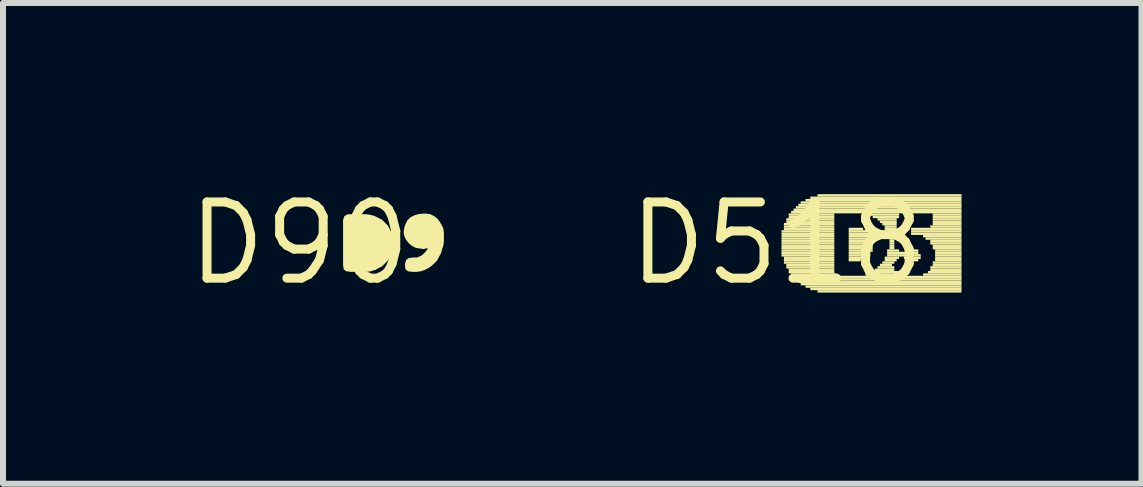
<source format=kicad_pcb>
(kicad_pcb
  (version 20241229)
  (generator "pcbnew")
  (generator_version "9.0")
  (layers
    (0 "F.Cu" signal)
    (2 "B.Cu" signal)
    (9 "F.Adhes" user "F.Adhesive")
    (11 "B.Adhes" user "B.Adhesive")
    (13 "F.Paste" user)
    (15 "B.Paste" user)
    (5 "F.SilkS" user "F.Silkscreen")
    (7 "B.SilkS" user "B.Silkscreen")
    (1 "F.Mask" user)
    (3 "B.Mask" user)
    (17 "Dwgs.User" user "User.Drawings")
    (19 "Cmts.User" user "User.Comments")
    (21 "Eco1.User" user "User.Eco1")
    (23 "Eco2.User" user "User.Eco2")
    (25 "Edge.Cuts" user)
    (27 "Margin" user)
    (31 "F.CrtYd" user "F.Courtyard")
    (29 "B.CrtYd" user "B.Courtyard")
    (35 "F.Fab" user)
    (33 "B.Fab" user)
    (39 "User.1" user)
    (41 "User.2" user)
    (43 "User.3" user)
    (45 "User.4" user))
  (footprint "D90"
    (layer "F.Cu")
    (at 1.943 1.006)
    (property "Reference" "D90" (at 0 0 0) (layer "F.SilkS") (effects (font (size 1.27 1.27) (thickness 0.15))))
    (fp_poly (pts (xy 1.181 -0.475) (xy 1.252 -0.455) (xy 1.373 -0.394) (xy 1.424 -0.344) (xy 1.474 -0.293) (xy 1.504 -0.232) (xy 1.535 -0.182) (xy 1.555 -0.111) (xy 1.565 -0.04) (xy 1.565 0.03) (xy 1.555 0.101) (xy 1.535 0.162) (xy 1.474 0.283) (xy 1.424 0.334) (xy 1.373 0.384) (xy 1.312 0.414) (xy 1.258 0.447) (xy 1.256 0.443) (xy 1.191 0.465) (xy 1.12 0.475) (xy 0.85 0.475) (xy 0.778 0.465) (xy 0.735 0.433) (xy 0.725 0.36) (xy 0.725 -0.391) (xy 0.746 -0.453) (xy 0.799 -0.485) (xy 1.12 -0.485)) (stroke (width 0) (type default)) (fill yes) (layer "F.SilkS"))
    (fp_poly (pts (xy 2.182 -0.485) (xy 2.243 -0.454) (xy 2.294 -0.414) (xy 2.334 -0.363) (xy 2.364 -0.312) (xy 2.395 -0.252) (xy 2.405 -0.18) (xy 2.405 -0.03) (xy 2.395 0.041) (xy 2.375 0.101) (xy 2.355 0.172) (xy 2.324 0.222) (xy 2.294 0.283) (xy 2.244 0.334) (xy 2.203 0.374) (xy 2.143 0.414) (xy 2.082 0.445) (xy 2.021 0.465) (xy 1.95 0.475) (xy 1.88 0.475) (xy 1.808 0.465) (xy 1.765 0.433) (xy 1.755 0.35) (xy 1.776 0.277) (xy 1.818 0.245) (xy 1.9 0.235) (xy 1.959 0.235) (xy 2.027 0.206) (xy 2.076 0.166) (xy 2.125 0.108) (xy 2.133 0.077) (xy 2.07 0.095) (xy 1.999 0.085) (xy 1.938 0.075) (xy 1.877 0.044) (xy 1.826 0.004) (xy 1.776 -0.057) (xy 1.745 -0.118) (xy 1.735 -0.18) (xy 1.735 -0.19) (xy 1.745 -0.261) (xy 1.765 -0.322) (xy 1.796 -0.383) (xy 1.847 -0.434) (xy 1.908 -0.465) (xy 1.969 -0.485) (xy 2.04 -0.495) (xy 2.11 -0.495)) (stroke (width 0) (type default)) (fill yes) (layer "F.SilkS")))
  (footprint "D518"
    (layer "F.Cu")
    (at 9.895 1.006)
    (property "Reference" "D518" (at 0 0 0) (layer "F.SilkS") (effects (font (size 1.27 1.27) (thickness 0.15))))
    (fp_poly (pts (xy 0.08 -0.18) (xy 0.96 -0.18) (xy 0.96 -0.22) (xy 0.08 -0.22)) (stroke (width 0) (type default)) (fill yes) (layer "F.SilkS"))
    (fp_poly (pts (xy 0.08 -0.14) (xy 0.96 -0.14) (xy 0.96 -0.18) (xy 0.08 -0.18)) (stroke (width 0) (type default)) (fill yes) (layer "F.SilkS"))
    (fp_poly (pts (xy 0.08 -0.1) (xy 0.96 -0.1) (xy 0.96 -0.14) (xy 0.08 -0.14)) (stroke (width 0) (type default)) (fill yes) (layer "F.SilkS"))
    (fp_poly (pts (xy 0.08 -0.06) (xy 0.96 -0.06) (xy 0.96 -0.1) (xy 0.08 -0.1)) (stroke (width 0) (type default)) (fill yes) (layer "F.SilkS"))
    (fp_poly (pts (xy 0.08 -0.02) (xy 0.96 -0.02) (xy 0.96 -0.06) (xy 0.08 -0.06)) (stroke (width 0) (type default)) (fill yes) (layer "F.SilkS"))
    (fp_poly (pts (xy 0.08 0.02) (xy 0.96 0.02) (xy 0.96 -0.02) (xy 0.08 -0.02)) (stroke (width 0) (type default)) (fill yes) (layer "F.SilkS"))
    (fp_poly (pts (xy 0.08 0.06) (xy 0.96 0.06) (xy 0.96 0.02) (xy 0.08 0.02)) (stroke (width 0) (type default)) (fill yes) (layer "F.SilkS"))
    (fp_poly (pts (xy 0.08 0.1) (xy 0.96 0.1) (xy 0.96 0.06) (xy 0.08 0.06)) (stroke (width 0) (type default)) (fill yes) (layer "F.SilkS"))
    (fp_poly (pts (xy 0.08 0.14) (xy 0.96 0.14) (xy 0.96 0.1) (xy 0.08 0.1)) (stroke (width 0) (type default)) (fill yes) (layer "F.SilkS"))
    (fp_poly (pts (xy 0.08 0.18) (xy 0.96 0.18) (xy 0.96 0.14) (xy 0.08 0.14)) (stroke (width 0) (type default)) (fill yes) (layer "F.SilkS"))
    (fp_poly (pts (xy 0.08 0.22) (xy 0.96 0.22) (xy 0.96 0.18) (xy 0.08 0.18)) (stroke (width 0) (type default)) (fill yes) (layer "F.SilkS"))
    (fp_poly (pts (xy 0.12 -0.3) (xy 0.96 -0.3) (xy 0.96 -0.34) (xy 0.12 -0.34)) (stroke (width 0) (type default)) (fill yes) (layer "F.SilkS"))
    (fp_poly (pts (xy 0.12 -0.26) (xy 0.96 -0.26) (xy 0.96 -0.3) (xy 0.12 -0.3)) (stroke (width 0) (type default)) (fill yes) (layer "F.SilkS"))
    (fp_poly (pts (xy 0.12 -0.22) (xy 0.96 -0.22) (xy 0.96 -0.26) (xy 0.12 -0.26)) (stroke (width 0) (type default)) (fill yes) (layer "F.SilkS"))
    (fp_poly (pts (xy 0.12 0.26) (xy 0.96 0.26) (xy 0.96 0.22) (xy 0.12 0.22)) (stroke (width 0) (type default)) (fill yes) (layer "F.SilkS"))
    (fp_poly (pts (xy 0.12 0.3) (xy 0.96 0.3) (xy 0.96 0.26) (xy 0.12 0.26)) (stroke (width 0) (type default)) (fill yes) (layer "F.SilkS"))
    (fp_poly (pts (xy 0.12 0.34) (xy 0.96 0.34) (xy 0.96 0.3) (xy 0.12 0.3)) (stroke (width 0) (type default)) (fill yes) (layer "F.SilkS"))
    (fp_poly (pts (xy 0.16 -0.38) (xy 0.96 -0.38) (xy 0.96 -0.42) (xy 0.16 -0.42)) (stroke (width 0) (type default)) (fill yes) (layer "F.SilkS"))
    (fp_poly (pts (xy 0.16 -0.34) (xy 0.96 -0.34) (xy 0.96 -0.38) (xy 0.16 -0.38)) (stroke (width 0) (type default)) (fill yes) (layer "F.SilkS"))
    (fp_poly (pts (xy 0.16 0.38) (xy 0.96 0.38) (xy 0.96 0.34) (xy 0.16 0.34)) (stroke (width 0) (type default)) (fill yes) (layer "F.SilkS"))
    (fp_poly (pts (xy 0.16 0.42) (xy 0.96 0.42) (xy 0.96 0.38) (xy 0.16 0.38)) (stroke (width 0) (type default)) (fill yes) (layer "F.SilkS"))
    (fp_poly (pts (xy 0.2 -0.46) (xy 0.96 -0.46) (xy 0.96 -0.5) (xy 0.2 -0.5)) (stroke (width 0) (type default)) (fill yes) (layer "F.SilkS"))
    (fp_poly (pts (xy 0.2 -0.42) (xy 0.96 -0.42) (xy 0.96 -0.46) (xy 0.2 -0.46)) (stroke (width 0) (type default)) (fill yes) (layer "F.SilkS"))
    (fp_poly (pts (xy 0.2 0.46) (xy 0.96 0.46) (xy 0.96 0.42) (xy 0.2 0.42)) (stroke (width 0) (type default)) (fill yes) (layer "F.SilkS"))
    (fp_poly (pts (xy 0.2 0.5) (xy 0.96 0.5) (xy 0.96 0.46) (xy 0.2 0.46)) (stroke (width 0) (type default)) (fill yes) (layer "F.SilkS"))
    (fp_poly (pts (xy 0.24 -0.5) (xy 3.08 -0.5) (xy 3.08 -0.54) (xy 0.24 -0.54)) (stroke (width 0) (type default)) (fill yes) (layer "F.SilkS"))
    (fp_poly (pts (xy 0.24 0.54) (xy 1 0.54) (xy 1 0.5) (xy 0.24 0.5)) (stroke (width 0) (type default)) (fill yes) (layer "F.SilkS"))
    (fp_poly (pts (xy 0.28 -0.54) (xy 3.08 -0.54) (xy 3.08 -0.58) (xy 0.28 -0.58)) (stroke (width 0) (type default)) (fill yes) (layer "F.SilkS"))
    (fp_poly (pts (xy 0.28 0.58) (xy 3.08 0.58) (xy 3.08 0.54) (xy 0.28 0.54)) (stroke (width 0) (type default)) (fill yes) (layer "F.SilkS"))
    (fp_poly (pts (xy 0.32 -0.58) (xy 3.08 -0.58) (xy 3.08 -0.62) (xy 0.32 -0.62)) (stroke (width 0) (type default)) (fill yes) (layer "F.SilkS"))
    (fp_poly (pts (xy 0.32 0.62) (xy 3.08 0.62) (xy 3.08 0.58) (xy 0.32 0.58)) (stroke (width 0) (type default)) (fill yes) (layer "F.SilkS"))
    (fp_poly (pts (xy 0.36 -0.62) (xy 3.08 -0.62) (xy 3.08 -0.66) (xy 0.36 -0.66)) (stroke (width 0) (type default)) (fill yes) (layer "F.SilkS"))
    (fp_poly (pts (xy 0.36 0.66) (xy 3.08 0.66) (xy 3.08 0.62) (xy 0.36 0.62)) (stroke (width 0) (type default)) (fill yes) (layer "F.SilkS"))
    (fp_poly (pts (xy 0.4 -0.66) (xy 3.08 -0.66) (xy 3.08 -0.7) (xy 0.4 -0.7)) (stroke (width 0) (type default)) (fill yes) (layer "F.SilkS"))
    (fp_poly (pts (xy 0.4 0.7) (xy 3.08 0.7) (xy 3.08 0.66) (xy 0.4 0.66)) (stroke (width 0) (type default)) (fill yes) (layer "F.SilkS"))
    (fp_poly (pts (xy 0.48 -0.7) (xy 3.08 -0.7) (xy 3.08 -0.74) (xy 0.48 -0.74)) (stroke (width 0) (type default)) (fill yes) (layer "F.SilkS"))
    (fp_poly (pts (xy 0.48 0.74) (xy 3.08 0.74) (xy 3.08 0.7) (xy 0.48 0.7)) (stroke (width 0) (type default)) (fill yes) (layer "F.SilkS"))
    (fp_poly (pts (xy 0.56 -0.74) (xy 3.08 -0.74) (xy 3.08 -0.78) (xy 0.56 -0.78)) (stroke (width 0) (type default)) (fill yes) (layer "F.SilkS"))
    (fp_poly (pts (xy 0.56 0.78) (xy 3.08 0.78) (xy 3.08 0.74) (xy 0.56 0.74)) (stroke (width 0) (type default)) (fill yes) (layer "F.SilkS"))
    (fp_poly (pts (xy 0.68 -0.78) (xy 3.08 -0.78) (xy 3.08 -0.82) (xy 0.68 -0.82)) (stroke (width 0) (type default)) (fill yes) (layer "F.SilkS"))
    (fp_poly (pts (xy 0.68 0.82) (xy 3.08 0.82) (xy 3.08 0.78) (xy 0.68 0.78)) (stroke (width 0) (type default)) (fill yes) (layer "F.SilkS"))
    (fp_poly (pts (xy 1.2 -0.22) (xy 1.44 -0.22) (xy 1.44 -0.26) (xy 1.2 -0.26)) (stroke (width 0) (type default)) (fill yes) (layer "F.SilkS"))
    (fp_poly (pts (xy 1.2 -0.18) (xy 1.52 -0.18) (xy 1.52 -0.22) (xy 1.2 -0.22)) (stroke (width 0) (type default)) (fill yes) (layer "F.SilkS"))
    (fp_poly (pts (xy 1.2 -0.14) (xy 1.56 -0.14) (xy 1.56 -0.18) (xy 1.2 -0.18)) (stroke (width 0) (type default)) (fill yes) (layer "F.SilkS"))
    (fp_poly (pts (xy 1.2 -0.1) (xy 1.6 -0.1) (xy 1.6 -0.14) (xy 1.2 -0.14)) (stroke (width 0) (type default)) (fill yes) (layer "F.SilkS"))
    (fp_poly (pts (xy 1.2 -0.06) (xy 1.6 -0.06) (xy 1.6 -0.1) (xy 1.2 -0.1)) (stroke (width 0) (type default)) (fill yes) (layer "F.SilkS"))
    (fp_poly (pts (xy 1.2 -0.02) (xy 1.6 -0.02) (xy 1.6 -0.06) (xy 1.2 -0.06)) (stroke (width 0) (type default)) (fill yes) (layer "F.SilkS"))
    (fp_poly (pts (xy 1.2 0.02) (xy 1.6 0.02) (xy 1.6 -0.02) (xy 1.2 -0.02)) (stroke (width 0) (type default)) (fill yes) (layer "F.SilkS"))
    (fp_poly (pts (xy 1.2 0.06) (xy 1.6 0.06) (xy 1.6 0.02) (xy 1.2 0.02)) (stroke (width 0) (type default)) (fill yes) (layer "F.SilkS"))
    (fp_poly (pts (xy 1.2 0.1) (xy 1.6 0.1) (xy 1.6 0.06) (xy 1.2 0.06)) (stroke (width 0) (type default)) (fill yes) (layer "F.SilkS"))
    (fp_poly (pts (xy 1.2 0.14) (xy 1.6 0.14) (xy 1.6 0.1) (xy 1.2 0.1)) (stroke (width 0) (type default)) (fill yes) (layer "F.SilkS"))
    (fp_poly (pts (xy 1.2 0.18) (xy 1.56 0.18) (xy 1.56 0.14) (xy 1.2 0.14)) (stroke (width 0) (type default)) (fill yes) (layer "F.SilkS"))
    (fp_poly (pts (xy 1.2 0.22) (xy 1.56 0.22) (xy 1.56 0.18) (xy 1.2 0.18)) (stroke (width 0) (type default)) (fill yes) (layer "F.SilkS"))
    (fp_poly (pts (xy 1.2 0.26) (xy 1.48 0.26) (xy 1.48 0.22) (xy 1.2 0.22)) (stroke (width 0) (type default)) (fill yes) (layer "F.SilkS"))
    (fp_poly (pts (xy 1.2 0.3) (xy 1.4 0.3) (xy 1.4 0.26) (xy 1.2 0.26)) (stroke (width 0) (type default)) (fill yes) (layer "F.SilkS"))
    (fp_poly (pts (xy 1.48 0.54) (xy 2.08 0.54) (xy 2.08 0.5) (xy 1.48 0.5)) (stroke (width 0) (type default)) (fill yes) (layer "F.SilkS"))
    (fp_poly (pts (xy 1.52 -0.46) (xy 2.04 -0.46) (xy 2.04 -0.5) (xy 1.52 -0.5)) (stroke (width 0) (type default)) (fill yes) (layer "F.SilkS"))
    (fp_poly (pts (xy 1.6 -0.42) (xy 2.04 -0.42) (xy 2.04 -0.46) (xy 1.6 -0.46)) (stroke (width 0) (type default)) (fill yes) (layer "F.SilkS"))
    (fp_poly (pts (xy 1.6 0.5) (xy 2.04 0.5) (xy 2.04 0.46) (xy 1.6 0.46)) (stroke (width 0) (type default)) (fill yes) (layer "F.SilkS"))
    (fp_poly (pts (xy 1.64 0.46) (xy 1.96 0.46) (xy 1.96 0.42) (xy 1.64 0.42)) (stroke (width 0) (type default)) (fill yes) (layer "F.SilkS"))
    (fp_poly (pts (xy 1.68 -0.38) (xy 2 -0.38) (xy 2 -0.42) (xy 1.68 -0.42)) (stroke (width 0) (type default)) (fill yes) (layer "F.SilkS"))
    (fp_poly (pts (xy 1.68 0.42) (xy 1.96 0.42) (xy 1.96 0.38) (xy 1.68 0.38)) (stroke (width 0) (type default)) (fill yes) (layer "F.SilkS"))
    (fp_poly (pts (xy 1.72 -0.34) (xy 2 -0.34) (xy 2 -0.38) (xy 1.72 -0.38)) (stroke (width 0) (type default)) (fill yes) (layer "F.SilkS"))
    (fp_poly (pts (xy 1.72 0.38) (xy 1.92 0.38) (xy 1.92 0.34) (xy 1.72 0.34)) (stroke (width 0) (type default)) (fill yes) (layer "F.SilkS"))
    (fp_poly (pts (xy 1.76 -0.3) (xy 2 -0.3) (xy 2 -0.34) (xy 1.76 -0.34)) (stroke (width 0) (type default)) (fill yes) (layer "F.SilkS"))
    (fp_poly (pts (xy 1.76 0.34) (xy 1.96 0.34) (xy 1.96 0.3) (xy 1.76 0.3)) (stroke (width 0) (type default)) (fill yes) (layer "F.SilkS"))
    (fp_poly (pts (xy 1.8 -0.26) (xy 2 -0.26) (xy 2 -0.3) (xy 1.8 -0.3)) (stroke (width 0) (type default)) (fill yes) (layer "F.SilkS"))
    (fp_poly (pts (xy 1.8 -0.22) (xy 2 -0.22) (xy 2 -0.26) (xy 1.8 -0.26)) (stroke (width 0) (type default)) (fill yes) (layer "F.SilkS"))
    (fp_poly (pts (xy 1.8 0.26) (xy 2.04 0.26) (xy 2.04 0.22) (xy 1.8 0.22)) (stroke (width 0) (type default)) (fill yes) (layer "F.SilkS"))
    (fp_poly (pts (xy 1.8 0.3) (xy 2 0.3) (xy 2 0.26) (xy 1.8 0.26)) (stroke (width 0) (type default)) (fill yes) (layer "F.SilkS"))
    (fp_poly (pts (xy 1.84 -0.18) (xy 2 -0.18) (xy 2 -0.22) (xy 1.84 -0.22)) (stroke (width 0) (type default)) (fill yes) (layer "F.SilkS"))
    (fp_poly (pts (xy 1.84 -0.14) (xy 2 -0.14) (xy 2 -0.18) (xy 1.84 -0.18)) (stroke (width 0) (type default)) (fill yes) (layer "F.SilkS"))
    (fp_poly (pts (xy 1.84 -0.1) (xy 1.96 -0.1) (xy 1.96 -0.14) (xy 1.84 -0.14)) (stroke (width 0) (type default)) (fill yes) (layer "F.SilkS"))
    (fp_poly (pts (xy 1.84 0.14) (xy 2.04 0.14) (xy 2.04 0.1) (xy 1.84 0.1)) (stroke (width 0) (type default)) (fill yes) (layer "F.SilkS"))
    (fp_poly (pts (xy 1.84 0.18) (xy 2.36 0.18) (xy 2.36 0.14) (xy 1.84 0.14)) (stroke (width 0) (type default)) (fill yes) (layer "F.SilkS"))
    (fp_poly (pts (xy 1.84 0.22) (xy 2.4 0.22) (xy 2.4 0.18) (xy 1.84 0.18)) (stroke (width 0) (type default)) (fill yes) (layer "F.SilkS"))
    (fp_poly (pts (xy 1.88 -0.06) (xy 1.96 -0.06) (xy 1.96 -0.1) (xy 1.88 -0.1)) (stroke (width 0) (type default)) (fill yes) (layer "F.SilkS"))
    (fp_poly (pts (xy 1.88 -0.02) (xy 1.96 -0.02) (xy 1.96 -0.06) (xy 1.88 -0.06)) (stroke (width 0) (type default)) (fill yes) (layer "F.SilkS"))
    (fp_poly (pts (xy 1.88 0.02) (xy 1.96 0.02) (xy 1.96 -0.02) (xy 1.88 -0.02)) (stroke (width 0) (type default)) (fill yes) (layer "F.SilkS"))
    (fp_poly (pts (xy 1.88 0.06) (xy 1.96 0.06) (xy 1.96 0.02) (xy 1.88 0.02)) (stroke (width 0) (type default)) (fill yes) (layer "F.SilkS"))
    (fp_poly (pts (xy 1.88 0.1) (xy 1.96 0.1) (xy 1.96 0.06) (xy 1.88 0.06)) (stroke (width 0) (type default)) (fill yes) (layer "F.SilkS"))
    (fp_poly (pts (xy 2.12 0.26) (xy 2.4 0.26) (xy 2.4 0.22) (xy 2.12 0.22)) (stroke (width 0) (type default)) (fill yes) (layer "F.SilkS"))
    (fp_poly (pts (xy 2.16 0.3) (xy 2.36 0.3) (xy 2.36 0.26) (xy 2.16 0.26)) (stroke (width 0) (type default)) (fill yes) (layer "F.SilkS"))
    (fp_poly (pts (xy 2.2 0.14) (xy 2.36 0.14) (xy 2.36 0.1) (xy 2.2 0.1)) (stroke (width 0) (type default)) (fill yes) (layer "F.SilkS"))
    (fp_poly (pts (xy 2.24 -0.22) (xy 3.08 -0.22) (xy 3.08 -0.26) (xy 2.24 -0.26)) (stroke (width 0) (type default)) (fill yes) (layer "F.SilkS"))
    (fp_poly (pts (xy 2.24 -0.18) (xy 3.08 -0.18) (xy 3.08 -0.22) (xy 2.24 -0.22)) (stroke (width 0) (type default)) (fill yes) (layer "F.SilkS"))
    (fp_poly (pts (xy 2.24 -0.14) (xy 3.08 -0.14) (xy 3.08 -0.18) (xy 2.24 -0.18)) (stroke (width 0) (type default)) (fill yes) (layer "F.SilkS"))
    (fp_poly (pts (xy 2.44 -0.1) (xy 3.08 -0.1) (xy 3.08 -0.14) (xy 2.44 -0.14)) (stroke (width 0) (type default)) (fill yes) (layer "F.SilkS"))
    (fp_poly (pts (xy 2.44 0.54) (xy 3.08 0.54) (xy 3.08 0.5) (xy 2.44 0.5)) (stroke (width 0) (type default)) (fill yes) (layer "F.SilkS"))
    (fp_poly (pts (xy 2.48 -0.06) (xy 3.08 -0.06) (xy 3.08 -0.1) (xy 2.48 -0.1)) (stroke (width 0) (type default)) (fill yes) (layer "F.SilkS"))
    (fp_poly (pts (xy 2.52 0.5) (xy 3.08 0.5) (xy 3.08 0.46) (xy 2.52 0.46)) (stroke (width 0) (type default)) (fill yes) (layer "F.SilkS"))
    (fp_poly (pts (xy 2.56 -0.26) (xy 3.08 -0.26) (xy 3.08 -0.3) (xy 2.56 -0.3)) (stroke (width 0) (type default)) (fill yes) (layer "F.SilkS"))
    (fp_poly (pts (xy 2.56 -0.02) (xy 3.08 -0.02) (xy 3.08 -0.06) (xy 2.56 -0.06)) (stroke (width 0) (type default)) (fill yes) (layer "F.SilkS"))
    (fp_poly (pts (xy 2.56 0.02) (xy 3.08 0.02) (xy 3.08 -0.02) (xy 2.56 -0.02)) (stroke (width 0) (type default)) (fill yes) (layer "F.SilkS"))
    (fp_poly (pts (xy 2.56 0.42) (xy 3.08 0.42) (xy 3.08 0.38) (xy 2.56 0.38)) (stroke (width 0) (type default)) (fill yes) (layer "F.SilkS"))
    (fp_poly (pts (xy 2.56 0.46) (xy 3.08 0.46) (xy 3.08 0.42) (xy 2.56 0.42)) (stroke (width 0) (type default)) (fill yes) (layer "F.SilkS"))
    (fp_poly (pts (xy 2.6 -0.46) (xy 3.08 -0.46) (xy 3.08 -0.5) (xy 2.6 -0.5)) (stroke (width 0) (type default)) (fill yes) (layer "F.SilkS"))
    (fp_poly (pts (xy 2.6 -0.42) (xy 3.08 -0.42) (xy 3.08 -0.46) (xy 2.6 -0.46)) (stroke (width 0) (type default)) (fill yes) (layer "F.SilkS"))
    (fp_poly (pts (xy 2.6 -0.38) (xy 3.08 -0.38) (xy 3.08 -0.42) (xy 2.6 -0.42)) (stroke (width 0) (type default)) (fill yes) (layer "F.SilkS"))
    (fp_poly (pts (xy 2.6 -0.34) (xy 3.08 -0.34) (xy 3.08 -0.38) (xy 2.6 -0.38)) (stroke (width 0) (type default)) (fill yes) (layer "F.SilkS"))
    (fp_poly (pts (xy 2.6 -0.3) (xy 3.08 -0.3) (xy 3.08 -0.34) (xy 2.6 -0.34)) (stroke (width 0) (type default)) (fill yes) (layer "F.SilkS"))
    (fp_poly (pts (xy 2.6 0.06) (xy 3.08 0.06) (xy 3.08 0.02) (xy 2.6 0.02)) (stroke (width 0) (type default)) (fill yes) (layer "F.SilkS"))
    (fp_poly (pts (xy 2.6 0.1) (xy 3.08 0.1) (xy 3.08 0.06) (xy 2.6 0.06)) (stroke (width 0) (type default)) (fill yes) (layer "F.SilkS"))
    (fp_poly (pts (xy 2.6 0.34) (xy 3.08 0.34) (xy 3.08 0.3) (xy 2.6 0.3)) (stroke (width 0) (type default)) (fill yes) (layer "F.SilkS"))
    (fp_poly (pts (xy 2.6 0.38) (xy 3.08 0.38) (xy 3.08 0.34) (xy 2.6 0.34)) (stroke (width 0) (type default)) (fill yes) (layer "F.SilkS"))
    (fp_poly (pts (xy 2.64 0.14) (xy 3.08 0.14) (xy 3.08 0.1) (xy 2.64 0.1)) (stroke (width 0) (type default)) (fill yes) (layer "F.SilkS"))
    (fp_poly (pts (xy 2.64 0.18) (xy 3.08 0.18) (xy 3.08 0.14) (xy 2.64 0.14)) (stroke (width 0) (type default)) (fill yes) (layer "F.SilkS"))
    (fp_poly (pts (xy 2.64 0.22) (xy 3.08 0.22) (xy 3.08 0.18) (xy 2.64 0.18)) (stroke (width 0) (type default)) (fill yes) (layer "F.SilkS"))
    (fp_poly (pts (xy 2.64 0.26) (xy 3.08 0.26) (xy 3.08 0.22) (xy 2.64 0.22)) (stroke (width 0) (type default)) (fill yes) (layer "F.SilkS"))
    (fp_poly (pts (xy 2.64 0.3) (xy 3.08 0.3) (xy 3.08 0.26) (xy 2.64 0.26)) (stroke (width 0) (type default)) (fill yes) (layer "F.SilkS")))
  (gr_rect
    (start -3 -3)
    (end 15.975 5.012)
    (stroke (width 0.1) (type default))
    (fill no)
    (layer "Edge.Cuts")))
</source>
